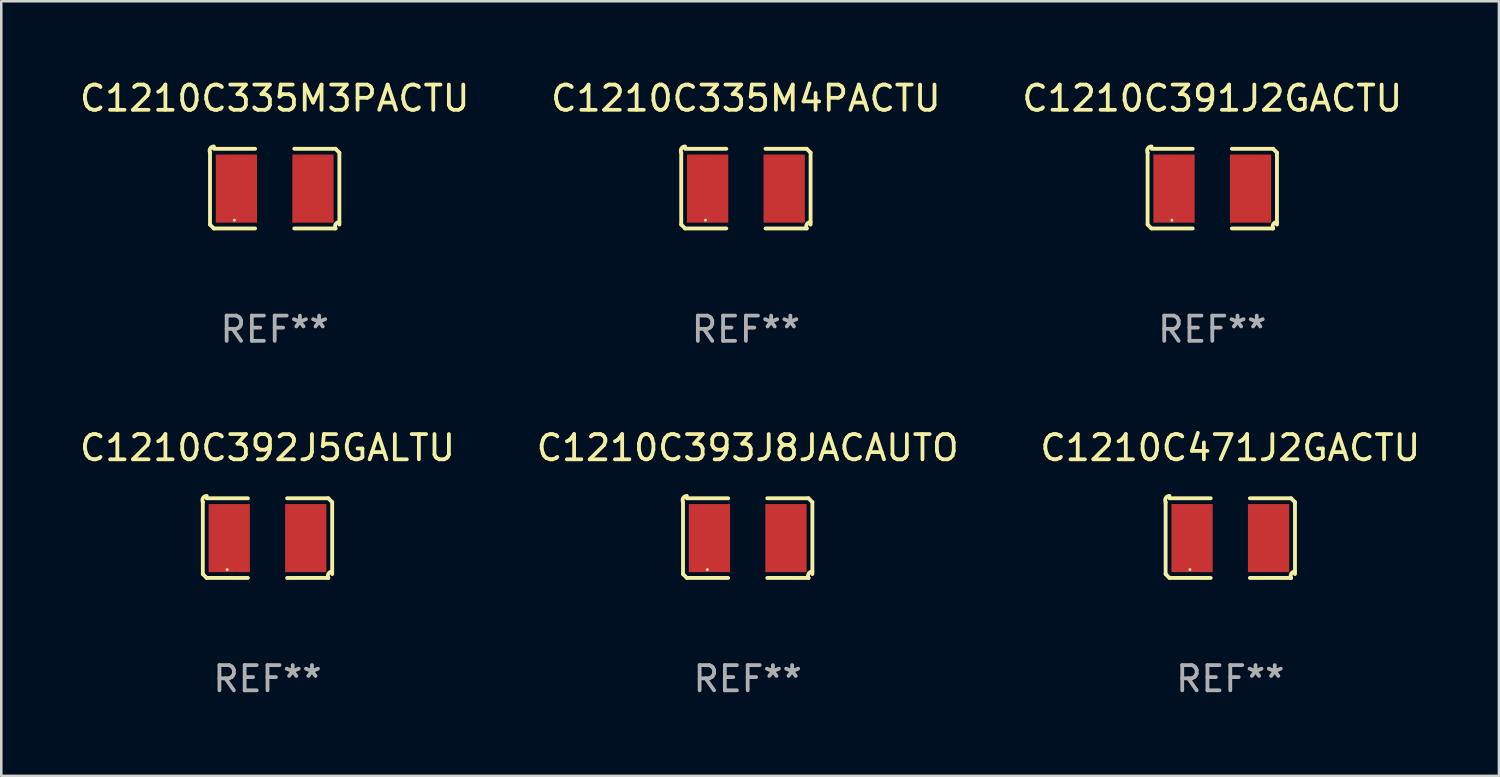
<source format=kicad_pcb>
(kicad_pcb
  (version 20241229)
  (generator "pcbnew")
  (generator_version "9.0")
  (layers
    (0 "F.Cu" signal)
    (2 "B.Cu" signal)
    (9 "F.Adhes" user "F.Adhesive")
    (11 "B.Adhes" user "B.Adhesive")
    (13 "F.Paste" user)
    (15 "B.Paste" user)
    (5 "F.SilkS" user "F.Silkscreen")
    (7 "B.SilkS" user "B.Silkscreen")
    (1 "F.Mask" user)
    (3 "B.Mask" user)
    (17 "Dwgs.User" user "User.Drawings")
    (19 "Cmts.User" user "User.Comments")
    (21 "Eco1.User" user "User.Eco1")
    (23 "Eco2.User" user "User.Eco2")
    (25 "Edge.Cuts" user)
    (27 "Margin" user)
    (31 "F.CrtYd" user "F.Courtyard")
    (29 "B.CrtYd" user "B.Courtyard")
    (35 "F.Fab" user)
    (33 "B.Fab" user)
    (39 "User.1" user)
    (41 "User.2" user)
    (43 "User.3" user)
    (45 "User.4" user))
  (footprint "C1210C391J2GACTU"
    (layer "F.Cu")
    (at 45.006 4.427)
    (property "Reference" "C1210C391J2GACTU" (at 0 -3.579 0) (layer "F.SilkS") (effects (font (size 1 1) (thickness 0.15))))
    (attr through_hole)
    (fp_line (start -2.564 1.426) (end -2.564 -1.426) (stroke (width 0.152) (type solid)) (layer "F.SilkS"))
    (fp_line (start -2.411 -1.579) (end -0.776 -1.579) (stroke (width 0.152) (type solid)) (layer "F.SilkS"))
    (fp_line (start -0.776 1.579) (end -2.411 1.579) (stroke (width 0.152) (type solid)) (layer "F.SilkS"))
    (fp_line (start 0.776 1.579) (end 2.411 1.579) (stroke (width 0.152) (type solid)) (layer "F.SilkS"))
    (fp_line (start 2.411 -1.579) (end 0.776 -1.579) (stroke (width 0.152) (type solid)) (layer "F.SilkS"))
    (fp_line (start 2.564 1.426) (end 2.564 -1.426) (stroke (width 0.152) (type solid)) (layer "F.SilkS"))
    (fp_arc (start -2.563602 -1.426213) (mid -2.555597 -1.591233) (end -2.411201 -1.671518) (stroke (width 0.1524) (type solid)) (layer "F.SilkS"))
    (fp_arc (start -2.5636 1.426214) (mid -2.487389 1.502402) (end -2.411201 1.578613) (stroke (width 0.1524) (type solid)) (layer "F.SilkS"))
    (fp_arc (start 2.411197 -1.578618) (mid 2.487403 -1.502419) (end 2.563602 -1.426213) (stroke (width 0.1524) (type solid)) (layer "F.SilkS"))
    (fp_arc (start 2.411201 1.578613) (mid 2.416214 1.409455) (end 2.563602 1.32629) (stroke (width 0.1524) (type solid)) (layer "F.SilkS"))
    (fp_circle (center -1.6 1.25) (end -1.57 1.25) (stroke (width 0.06) (type solid)) (fill no) (layer "F.SilkS"))
    (fp_text user "REF**" (at 0 5.579 0) (layer "F.Fab") (effects (font (size 1 1) (thickness 0.15))))
    (pad "1" smd rect (at -1.517 0) (size 1.635 2.7) (layers "F.Cu" "F.Mask" "F.Paste"))
    (pad "2" smd rect (at 1.517 0) (size 1.635 2.7) (layers "F.Cu" "F.Mask" "F.Paste")))
  (footprint "C1210C471J2GACTU"
    (layer "F.Cu")
    (at 45.72 18.281)
    (property "Reference" "C1210C471J2GACTU" (at 0 -3.579 0) (layer "F.SilkS") (effects (font (size 1 1) (thickness 0.15))))
    (attr through_hole)
    (fp_line (start -2.564 1.426) (end -2.564 -1.426) (stroke (width 0.152) (type solid)) (layer "F.SilkS"))
    (fp_line (start -2.411 -1.579) (end -0.776 -1.579) (stroke (width 0.152) (type solid)) (layer "F.SilkS"))
    (fp_line (start -0.776 1.579) (end -2.411 1.579) (stroke (width 0.152) (type solid)) (layer "F.SilkS"))
    (fp_line (start 0.776 1.579) (end 2.411 1.579) (stroke (width 0.152) (type solid)) (layer "F.SilkS"))
    (fp_line (start 2.411 -1.579) (end 0.776 -1.579) (stroke (width 0.152) (type solid)) (layer "F.SilkS"))
    (fp_line (start 2.564 1.426) (end 2.564 -1.426) (stroke (width 0.152) (type solid)) (layer "F.SilkS"))
    (fp_arc (start -2.563602 -1.426213) (mid -2.555597 -1.591233) (end -2.411201 -1.671518) (stroke (width 0.1524) (type solid)) (layer "F.SilkS"))
    (fp_arc (start -2.5636 1.426214) (mid -2.487389 1.502402) (end -2.411201 1.578613) (stroke (width 0.1524) (type solid)) (layer "F.SilkS"))
    (fp_arc (start 2.411197 -1.578618) (mid 2.487403 -1.502419) (end 2.563602 -1.426213) (stroke (width 0.1524) (type solid)) (layer "F.SilkS"))
    (fp_arc (start 2.411201 1.578613) (mid 2.416214 1.409455) (end 2.563602 1.32629) (stroke (width 0.1524) (type solid)) (layer "F.SilkS"))
    (fp_circle (center -1.6 1.25) (end -1.57 1.25) (stroke (width 0.06) (type solid)) (fill no) (layer "F.SilkS"))
    (fp_text user "REF**" (at 0 5.579 0) (layer "F.Fab") (effects (font (size 1 1) (thickness 0.15))))
    (pad "1" smd rect (at -1.517 0) (size 1.635 2.7) (layers "F.Cu" "F.Mask" "F.Paste"))
    (pad "2" smd rect (at 1.517 0) (size 1.635 2.7) (layers "F.Cu" "F.Mask" "F.Paste")))
  (footprint "C1210C393J8JACAUTO"
    (layer "F.Cu")
    (at 26.589 18.281)
    (property "Reference" "C1210C393J8JACAUTO" (at 0 -3.579 0) (layer "F.SilkS") (effects (font (size 1 1) (thickness 0.15))))
    (attr through_hole)
    (fp_line (start -2.564 1.426) (end -2.564 -1.426) (stroke (width 0.152) (type solid)) (layer "F.SilkS"))
    (fp_line (start -2.411 -1.579) (end -0.776 -1.579) (stroke (width 0.152) (type solid)) (layer "F.SilkS"))
    (fp_line (start -0.776 1.579) (end -2.411 1.579) (stroke (width 0.152) (type solid)) (layer "F.SilkS"))
    (fp_line (start 0.776 1.579) (end 2.411 1.579) (stroke (width 0.152) (type solid)) (layer "F.SilkS"))
    (fp_line (start 2.411 -1.579) (end 0.776 -1.579) (stroke (width 0.152) (type solid)) (layer "F.SilkS"))
    (fp_line (start 2.564 1.426) (end 2.564 -1.426) (stroke (width 0.152) (type solid)) (layer "F.SilkS"))
    (fp_arc (start -2.563602 -1.426213) (mid -2.555597 -1.591233) (end -2.411201 -1.671518) (stroke (width 0.1524) (type solid)) (layer "F.SilkS"))
    (fp_arc (start -2.5636 1.426214) (mid -2.487389 1.502402) (end -2.411201 1.578613) (stroke (width 0.1524) (type solid)) (layer "F.SilkS"))
    (fp_arc (start 2.411197 -1.578618) (mid 2.487403 -1.502419) (end 2.563602 -1.426213) (stroke (width 0.1524) (type solid)) (layer "F.SilkS"))
    (fp_arc (start 2.411201 1.578613) (mid 2.416214 1.409455) (end 2.563602 1.32629) (stroke (width 0.1524) (type solid)) (layer "F.SilkS"))
    (fp_circle (center -1.6 1.25) (end -1.57 1.25) (stroke (width 0.06) (type solid)) (fill no) (layer "F.SilkS"))
    (fp_text user "REF**" (at 0 5.579 0) (layer "F.Fab") (effects (font (size 1 1) (thickness 0.15))))
    (pad "1" smd rect (at -1.517 0) (size 1.635 2.7) (layers "F.Cu" "F.Mask" "F.Paste"))
    (pad "2" smd rect (at 1.517 0) (size 1.635 2.7) (layers "F.Cu" "F.Mask" "F.Paste")))
  (footprint "C1210C335M4PACTU"
    (layer "F.Cu")
    (at 26.518 4.427)
    (property "Reference" "C1210C335M4PACTU" (at 0 -3.579 0) (layer "F.SilkS") (effects (font (size 1 1) (thickness 0.15))))
    (attr through_hole)
    (fp_line (start -2.564 1.426) (end -2.564 -1.426) (stroke (width 0.152) (type solid)) (layer "F.SilkS"))
    (fp_line (start -2.411 -1.579) (end -0.776 -1.579) (stroke (width 0.152) (type solid)) (layer "F.SilkS"))
    (fp_line (start -0.776 1.579) (end -2.411 1.579) (stroke (width 0.152) (type solid)) (layer "F.SilkS"))
    (fp_line (start 0.776 1.579) (end 2.411 1.579) (stroke (width 0.152) (type solid)) (layer "F.SilkS"))
    (fp_line (start 2.411 -1.579) (end 0.776 -1.579) (stroke (width 0.152) (type solid)) (layer "F.SilkS"))
    (fp_line (start 2.564 1.426) (end 2.564 -1.426) (stroke (width 0.152) (type solid)) (layer "F.SilkS"))
    (fp_arc (start -2.563602 -1.426213) (mid -2.555597 -1.591233) (end -2.411201 -1.671518) (stroke (width 0.1524) (type solid)) (layer "F.SilkS"))
    (fp_arc (start -2.5636 1.426214) (mid -2.487389 1.502402) (end -2.411201 1.578613) (stroke (width 0.1524) (type solid)) (layer "F.SilkS"))
    (fp_arc (start 2.411197 -1.578618) (mid 2.487403 -1.502419) (end 2.563602 -1.426213) (stroke (width 0.1524) (type solid)) (layer "F.SilkS"))
    (fp_arc (start 2.411201 1.578613) (mid 2.416214 1.409455) (end 2.563602 1.32629) (stroke (width 0.1524) (type solid)) (layer "F.SilkS"))
    (fp_circle (center -1.6 1.25) (end -1.57 1.25) (stroke (width 0.06) (type solid)) (fill no) (layer "F.SilkS"))
    (fp_text user "REF**" (at 0 5.579 0) (layer "F.Fab") (effects (font (size 1 1) (thickness 0.15))))
    (pad "1" smd rect (at -1.517 0) (size 1.635 2.7) (layers "F.Cu" "F.Mask" "F.Paste"))
    (pad "2" smd rect (at 1.517 0) (size 1.635 2.7) (layers "F.Cu" "F.Mask" "F.Paste")))
  (footprint "C1210C335M3PACTU"
    (layer "F.Cu")
    (at 7.839 4.427)
    (property "Reference" "C1210C335M3PACTU" (at 0 -3.579 0) (layer "F.SilkS") (effects (font (size 1 1) (thickness 0.15))))
    (attr through_hole)
    (fp_line (start -2.564 1.426) (end -2.564 -1.426) (stroke (width 0.152) (type solid)) (layer "F.SilkS"))
    (fp_line (start -2.411 -1.579) (end -0.776 -1.579) (stroke (width 0.152) (type solid)) (layer "F.SilkS"))
    (fp_line (start -0.776 1.579) (end -2.411 1.579) (stroke (width 0.152) (type solid)) (layer "F.SilkS"))
    (fp_line (start 0.776 1.579) (end 2.411 1.579) (stroke (width 0.152) (type solid)) (layer "F.SilkS"))
    (fp_line (start 2.411 -1.579) (end 0.776 -1.579) (stroke (width 0.152) (type solid)) (layer "F.SilkS"))
    (fp_line (start 2.564 1.426) (end 2.564 -1.426) (stroke (width 0.152) (type solid)) (layer "F.SilkS"))
    (fp_arc (start -2.563602 -1.426213) (mid -2.555597 -1.591233) (end -2.411201 -1.671518) (stroke (width 0.1524) (type solid)) (layer "F.SilkS"))
    (fp_arc (start -2.5636 1.426214) (mid -2.487389 1.502402) (end -2.411201 1.578613) (stroke (width 0.1524) (type solid)) (layer "F.SilkS"))
    (fp_arc (start 2.411197 -1.578618) (mid 2.487403 -1.502419) (end 2.563602 -1.426213) (stroke (width 0.1524) (type solid)) (layer "F.SilkS"))
    (fp_arc (start 2.411201 1.578613) (mid 2.416214 1.409455) (end 2.563602 1.32629) (stroke (width 0.1524) (type solid)) (layer "F.SilkS"))
    (fp_circle (center -1.6 1.25) (end -1.57 1.25) (stroke (width 0.06) (type solid)) (fill no) (layer "F.SilkS"))
    (fp_text user "REF**" (at 0 5.579 0) (layer "F.Fab") (effects (font (size 1 1) (thickness 0.15))))
    (pad "1" smd rect (at -1.517 0) (size 1.635 2.7) (layers "F.Cu" "F.Mask" "F.Paste"))
    (pad "2" smd rect (at 1.517 0) (size 1.635 2.7) (layers "F.Cu" "F.Mask" "F.Paste")))
  (footprint "C1210C392J5GALTU"
    (layer "F.Cu")
    (at 7.554 18.281)
    (property "Reference" "C1210C392J5GALTU" (at 0 -3.579 0) (layer "F.SilkS") (effects (font (size 1 1) (thickness 0.15))))
    (attr through_hole)
    (fp_line (start -2.564 1.426) (end -2.564 -1.426) (stroke (width 0.152) (type solid)) (layer "F.SilkS"))
    (fp_line (start -2.411 -1.579) (end -0.776 -1.579) (stroke (width 0.152) (type solid)) (layer "F.SilkS"))
    (fp_line (start -0.776 1.579) (end -2.411 1.579) (stroke (width 0.152) (type solid)) (layer "F.SilkS"))
    (fp_line (start 0.776 1.579) (end 2.411 1.579) (stroke (width 0.152) (type solid)) (layer "F.SilkS"))
    (fp_line (start 2.411 -1.579) (end 0.776 -1.579) (stroke (width 0.152) (type solid)) (layer "F.SilkS"))
    (fp_line (start 2.564 1.426) (end 2.564 -1.426) (stroke (width 0.152) (type solid)) (layer "F.SilkS"))
    (fp_arc (start -2.563602 -1.426213) (mid -2.555597 -1.591233) (end -2.411201 -1.671518) (stroke (width 0.1524) (type solid)) (layer "F.SilkS"))
    (fp_arc (start -2.5636 1.426214) (mid -2.487389 1.502402) (end -2.411201 1.578613) (stroke (width 0.1524) (type solid)) (layer "F.SilkS"))
    (fp_arc (start 2.411197 -1.578618) (mid 2.487403 -1.502419) (end 2.563602 -1.426213) (stroke (width 0.1524) (type solid)) (layer "F.SilkS"))
    (fp_arc (start 2.411201 1.578613) (mid 2.416214 1.409455) (end 2.563602 1.32629) (stroke (width 0.1524) (type solid)) (layer "F.SilkS"))
    (fp_circle (center -1.6 1.25) (end -1.57 1.25) (stroke (width 0.06) (type solid)) (fill no) (layer "F.SilkS"))
    (fp_text user "REF**" (at 0 5.579 0) (layer "F.Fab") (effects (font (size 1 1) (thickness 0.15))))
    (pad "1" smd rect (at -1.517 0) (size 1.635 2.7) (layers "F.Cu" "F.Mask" "F.Paste"))
    (pad "2" smd rect (at 1.517 0) (size 1.635 2.7) (layers "F.Cu" "F.Mask" "F.Paste")))
  (gr_rect
    (start -3 -3)
    (end 56.369 27.707)
    (stroke (width 0.1) (type default))
    (fill no)
    (layer "Edge.Cuts")))
</source>
